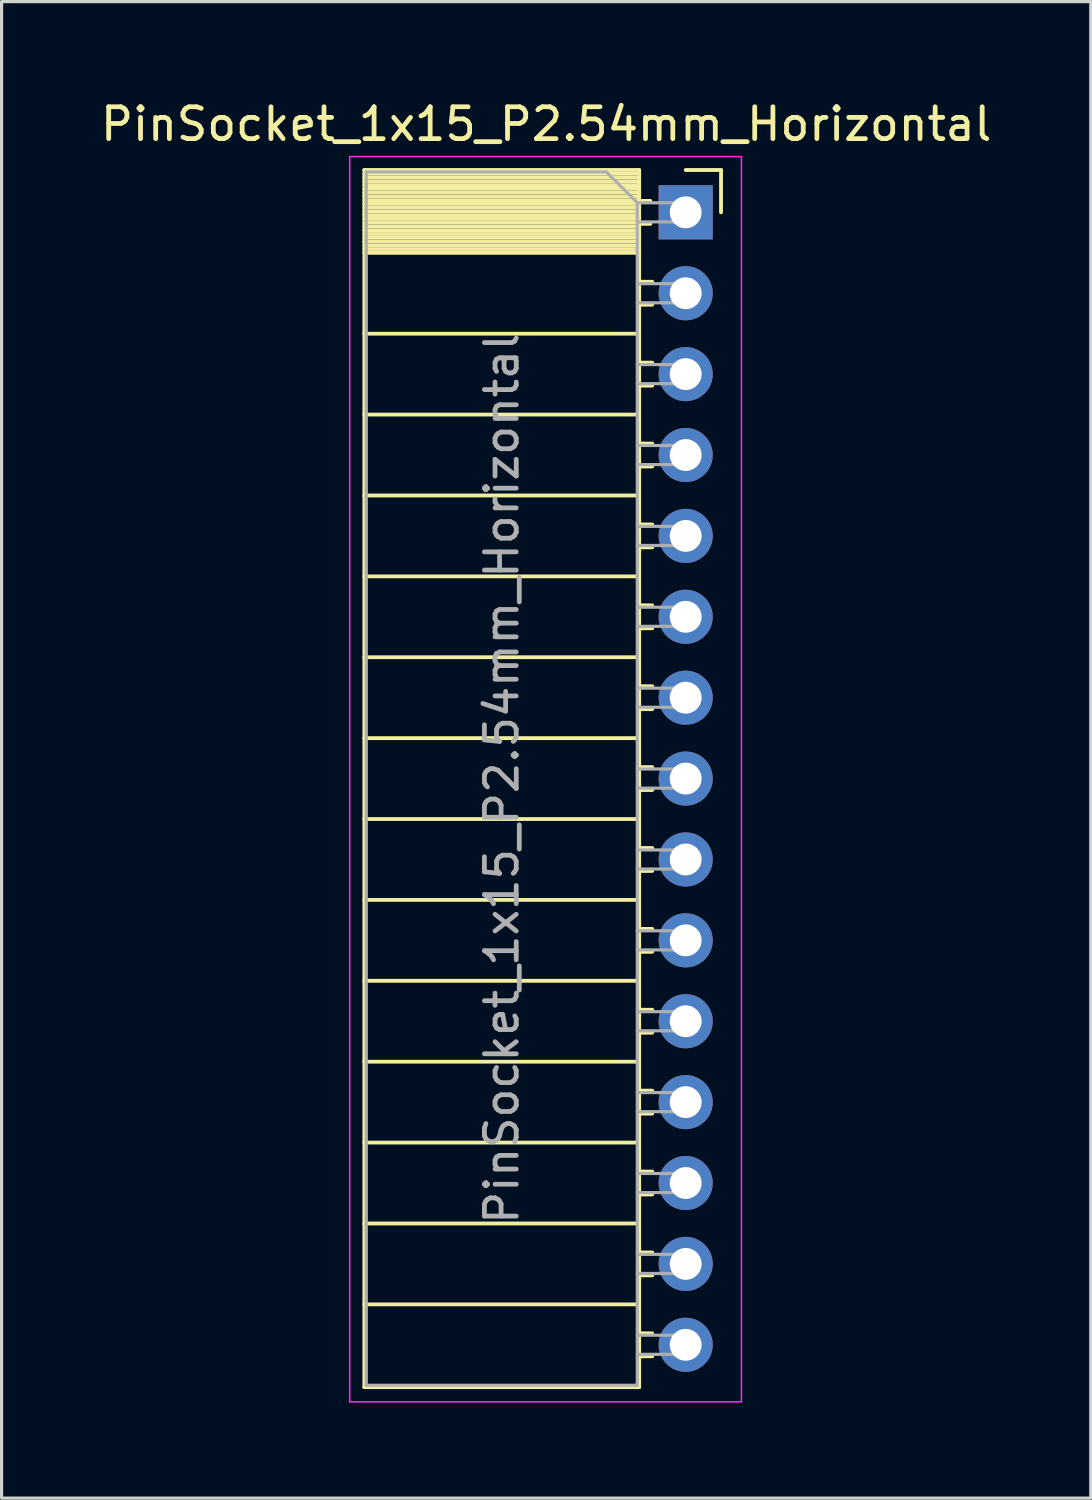
<source format=kicad_pcb>
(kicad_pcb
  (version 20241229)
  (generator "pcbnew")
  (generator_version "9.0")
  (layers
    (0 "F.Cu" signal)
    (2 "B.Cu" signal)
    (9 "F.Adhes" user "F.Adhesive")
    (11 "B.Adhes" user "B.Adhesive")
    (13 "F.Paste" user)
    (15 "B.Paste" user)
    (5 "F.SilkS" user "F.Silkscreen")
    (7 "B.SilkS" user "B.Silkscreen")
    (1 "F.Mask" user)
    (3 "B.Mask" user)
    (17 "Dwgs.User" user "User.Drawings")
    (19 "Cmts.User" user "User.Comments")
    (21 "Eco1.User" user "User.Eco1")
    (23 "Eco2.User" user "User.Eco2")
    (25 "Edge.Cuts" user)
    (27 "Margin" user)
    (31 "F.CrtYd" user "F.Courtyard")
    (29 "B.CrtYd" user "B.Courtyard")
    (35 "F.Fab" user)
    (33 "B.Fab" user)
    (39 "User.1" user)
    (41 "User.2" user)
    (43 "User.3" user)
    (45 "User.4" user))
  (footprint "PinSocket_1x15_P2.54mm_Horizontal"
    (layer "F.Cu")
    (at 18.481 3.618)
    (property "Reference" "PinSocket_1x15_P2.54mm_Horizontal" (at -4.38 -2.77 0) (layer "F.SilkS") (effects (font (size 1 1) (thickness 0.15))))
    (attr through_hole)
    (fp_line (start -10.09 -1.33) (end -10.09 36.89) (stroke (width 0.12) (type solid)) (layer "F.SilkS"))
    (fp_line (start -10.09 -1.33) (end -1.46 -1.33) (stroke (width 0.12) (type solid)) (layer "F.SilkS"))
    (fp_line (start -10.09 -1.21) (end -1.46 -1.21) (stroke (width 0.12) (type solid)) (layer "F.SilkS"))
    (fp_line (start -10.09 -1.092) (end -1.46 -1.092) (stroke (width 0.12) (type solid)) (layer "F.SilkS"))
    (fp_line (start -10.09 -0.974) (end -1.46 -0.974) (stroke (width 0.12) (type solid)) (layer "F.SilkS"))
    (fp_line (start -10.09 -0.856) (end -1.46 -0.856) (stroke (width 0.12) (type solid)) (layer "F.SilkS"))
    (fp_line (start -10.09 -0.738) (end -1.46 -0.738) (stroke (width 0.12) (type solid)) (layer "F.SilkS"))
    (fp_line (start -10.09 -0.62) (end -1.46 -0.62) (stroke (width 0.12) (type solid)) (layer "F.SilkS"))
    (fp_line (start -10.09 -0.501) (end -1.46 -0.501) (stroke (width 0.12) (type solid)) (layer "F.SilkS"))
    (fp_line (start -10.09 -0.383) (end -1.46 -0.383) (stroke (width 0.12) (type solid)) (layer "F.SilkS"))
    (fp_line (start -10.09 -0.265) (end -1.46 -0.265) (stroke (width 0.12) (type solid)) (layer "F.SilkS"))
    (fp_line (start -10.09 -0.147) (end -1.46 -0.147) (stroke (width 0.12) (type solid)) (layer "F.SilkS"))
    (fp_line (start -10.09 -0.029) (end -1.46 -0.029) (stroke (width 0.12) (type solid)) (layer "F.SilkS"))
    (fp_line (start -10.09 0.089) (end -1.46 0.089) (stroke (width 0.12) (type solid)) (layer "F.SilkS"))
    (fp_line (start -10.09 0.207) (end -1.46 0.207) (stroke (width 0.12) (type solid)) (layer "F.SilkS"))
    (fp_line (start -10.09 0.325) (end -1.46 0.325) (stroke (width 0.12) (type solid)) (layer "F.SilkS"))
    (fp_line (start -10.09 0.443) (end -1.46 0.443) (stroke (width 0.12) (type solid)) (layer "F.SilkS"))
    (fp_line (start -10.09 0.561) (end -1.46 0.561) (stroke (width 0.12) (type solid)) (layer "F.SilkS"))
    (fp_line (start -10.09 0.68) (end -1.46 0.68) (stroke (width 0.12) (type solid)) (layer "F.SilkS"))
    (fp_line (start -10.09 0.798) (end -1.46 0.798) (stroke (width 0.12) (type solid)) (layer "F.SilkS"))
    (fp_line (start -10.09 0.916) (end -1.46 0.916) (stroke (width 0.12) (type solid)) (layer "F.SilkS"))
    (fp_line (start -10.09 1.034) (end -1.46 1.034) (stroke (width 0.12) (type solid)) (layer "F.SilkS"))
    (fp_line (start -10.09 1.152) (end -1.46 1.152) (stroke (width 0.12) (type solid)) (layer "F.SilkS"))
    (fp_line (start -10.09 1.27) (end -1.46 1.27) (stroke (width 0.12) (type solid)) (layer "F.SilkS"))
    (fp_line (start -10.09 3.81) (end -1.46 3.81) (stroke (width 0.12) (type solid)) (layer "F.SilkS"))
    (fp_line (start -10.09 6.35) (end -1.46 6.35) (stroke (width 0.12) (type solid)) (layer "F.SilkS"))
    (fp_line (start -10.09 8.89) (end -1.46 8.89) (stroke (width 0.12) (type solid)) (layer "F.SilkS"))
    (fp_line (start -10.09 11.43) (end -1.46 11.43) (stroke (width 0.12) (type solid)) (layer "F.SilkS"))
    (fp_line (start -10.09 13.97) (end -1.46 13.97) (stroke (width 0.12) (type solid)) (layer "F.SilkS"))
    (fp_line (start -10.09 16.51) (end -1.46 16.51) (stroke (width 0.12) (type solid)) (layer "F.SilkS"))
    (fp_line (start -10.09 19.05) (end -1.46 19.05) (stroke (width 0.12) (type solid)) (layer "F.SilkS"))
    (fp_line (start -10.09 21.59) (end -1.46 21.59) (stroke (width 0.12) (type solid)) (layer "F.SilkS"))
    (fp_line (start -10.09 24.13) (end -1.46 24.13) (stroke (width 0.12) (type solid)) (layer "F.SilkS"))
    (fp_line (start -10.09 26.67) (end -1.46 26.67) (stroke (width 0.12) (type solid)) (layer "F.SilkS"))
    (fp_line (start -10.09 29.21) (end -1.46 29.21) (stroke (width 0.12) (type solid)) (layer "F.SilkS"))
    (fp_line (start -10.09 31.75) (end -1.46 31.75) (stroke (width 0.12) (type solid)) (layer "F.SilkS"))
    (fp_line (start -10.09 34.29) (end -1.46 34.29) (stroke (width 0.12) (type solid)) (layer "F.SilkS"))
    (fp_line (start -10.09 36.89) (end -1.46 36.89) (stroke (width 0.12) (type solid)) (layer "F.SilkS"))
    (fp_line (start -1.46 -1.33) (end -1.46 36.89) (stroke (width 0.12) (type solid)) (layer "F.SilkS"))
    (fp_line (start -1.46 -0.36) (end -1.11 -0.36) (stroke (width 0.12) (type solid)) (layer "F.SilkS"))
    (fp_line (start -1.46 0.36) (end -1.11 0.36) (stroke (width 0.12) (type solid)) (layer "F.SilkS"))
    (fp_line (start -1.46 2.18) (end -1.05 2.18) (stroke (width 0.12) (type solid)) (layer "F.SilkS"))
    (fp_line (start -1.46 2.9) (end -1.05 2.9) (stroke (width 0.12) (type solid)) (layer "F.SilkS"))
    (fp_line (start -1.46 4.72) (end -1.05 4.72) (stroke (width 0.12) (type solid)) (layer "F.SilkS"))
    (fp_line (start -1.46 5.44) (end -1.05 5.44) (stroke (width 0.12) (type solid)) (layer "F.SilkS"))
    (fp_line (start -1.46 7.26) (end -1.05 7.26) (stroke (width 0.12) (type solid)) (layer "F.SilkS"))
    (fp_line (start -1.46 7.98) (end -1.05 7.98) (stroke (width 0.12) (type solid)) (layer "F.SilkS"))
    (fp_line (start -1.46 9.8) (end -1.05 9.8) (stroke (width 0.12) (type solid)) (layer "F.SilkS"))
    (fp_line (start -1.46 10.52) (end -1.05 10.52) (stroke (width 0.12) (type solid)) (layer "F.SilkS"))
    (fp_line (start -1.46 12.34) (end -1.05 12.34) (stroke (width 0.12) (type solid)) (layer "F.SilkS"))
    (fp_line (start -1.46 13.06) (end -1.05 13.06) (stroke (width 0.12) (type solid)) (layer "F.SilkS"))
    (fp_line (start -1.46 14.88) (end -1.05 14.88) (stroke (width 0.12) (type solid)) (layer "F.SilkS"))
    (fp_line (start -1.46 15.6) (end -1.05 15.6) (stroke (width 0.12) (type solid)) (layer "F.SilkS"))
    (fp_line (start -1.46 17.42) (end -1.05 17.42) (stroke (width 0.12) (type solid)) (layer "F.SilkS"))
    (fp_line (start -1.46 18.14) (end -1.05 18.14) (stroke (width 0.12) (type solid)) (layer "F.SilkS"))
    (fp_line (start -1.46 19.96) (end -1.05 19.96) (stroke (width 0.12) (type solid)) (layer "F.SilkS"))
    (fp_line (start -1.46 20.68) (end -1.05 20.68) (stroke (width 0.12) (type solid)) (layer "F.SilkS"))
    (fp_line (start -1.46 22.5) (end -1.05 22.5) (stroke (width 0.12) (type solid)) (layer "F.SilkS"))
    (fp_line (start -1.46 23.22) (end -1.05 23.22) (stroke (width 0.12) (type solid)) (layer "F.SilkS"))
    (fp_line (start -1.46 25.04) (end -1.05 25.04) (stroke (width 0.12) (type solid)) (layer "F.SilkS"))
    (fp_line (start -1.46 25.76) (end -1.05 25.76) (stroke (width 0.12) (type solid)) (layer "F.SilkS"))
    (fp_line (start -1.46 27.58) (end -1.05 27.58) (stroke (width 0.12) (type solid)) (layer "F.SilkS"))
    (fp_line (start -1.46 28.3) (end -1.05 28.3) (stroke (width 0.12) (type solid)) (layer "F.SilkS"))
    (fp_line (start -1.46 30.12) (end -1.05 30.12) (stroke (width 0.12) (type solid)) (layer "F.SilkS"))
    (fp_line (start -1.46 30.84) (end -1.05 30.84) (stroke (width 0.12) (type solid)) (layer "F.SilkS"))
    (fp_line (start -1.46 32.66) (end -1.05 32.66) (stroke (width 0.12) (type solid)) (layer "F.SilkS"))
    (fp_line (start -1.46 33.38) (end -1.05 33.38) (stroke (width 0.12) (type solid)) (layer "F.SilkS"))
    (fp_line (start -1.46 35.2) (end -1.05 35.2) (stroke (width 0.12) (type solid)) (layer "F.SilkS"))
    (fp_line (start -1.46 35.92) (end -1.05 35.92) (stroke (width 0.12) (type solid)) (layer "F.SilkS"))
    (fp_line (start 0 -1.33) (end 1.11 -1.33) (stroke (width 0.12) (type solid)) (layer "F.SilkS"))
    (fp_line (start 1.11 -1.33) (end 1.11 0) (stroke (width 0.12) (type solid)) (layer "F.SilkS"))
    (fp_line (start -10.55 -1.75) (end -10.55 37.35) (stroke (width 0.05) (type solid)) (layer "F.CrtYd"))
    (fp_line (start -10.55 37.35) (end 1.75 37.35) (stroke (width 0.05) (type solid)) (layer "F.CrtYd"))
    (fp_line (start 1.75 -1.75) (end -10.55 -1.75) (stroke (width 0.05) (type solid)) (layer "F.CrtYd"))
    (fp_line (start 1.75 37.35) (end 1.75 -1.75) (stroke (width 0.05) (type solid)) (layer "F.CrtYd"))
    (fp_line (start -10.03 -1.27) (end -2.49 -1.27) (stroke (width 0.1) (type solid)) (layer "F.Fab"))
    (fp_line (start -10.03 36.83) (end -10.03 -1.27) (stroke (width 0.1) (type solid)) (layer "F.Fab"))
    (fp_line (start -2.49 -1.27) (end -1.52 -0.3) (stroke (width 0.1) (type solid)) (layer "F.Fab"))
    (fp_line (start -1.52 -0.3) (end -1.52 36.83) (stroke (width 0.1) (type solid)) (layer "F.Fab"))
    (fp_line (start -1.52 0.3) (end 0 0.3) (stroke (width 0.1) (type solid)) (layer "F.Fab"))
    (fp_line (start -1.52 2.84) (end 0 2.84) (stroke (width 0.1) (type solid)) (layer "F.Fab"))
    (fp_line (start -1.52 5.38) (end 0 5.38) (stroke (width 0.1) (type solid)) (layer "F.Fab"))
    (fp_line (start -1.52 7.92) (end 0 7.92) (stroke (width 0.1) (type solid)) (layer "F.Fab"))
    (fp_line (start -1.52 10.46) (end 0 10.46) (stroke (width 0.1) (type solid)) (layer "F.Fab"))
    (fp_line (start -1.52 13) (end 0 13) (stroke (width 0.1) (type solid)) (layer "F.Fab"))
    (fp_line (start -1.52 15.54) (end 0 15.54) (stroke (width 0.1) (type solid)) (layer "F.Fab"))
    (fp_line (start -1.52 18.08) (end 0 18.08) (stroke (width 0.1) (type solid)) (layer "F.Fab"))
    (fp_line (start -1.52 20.62) (end 0 20.62) (stroke (width 0.1) (type solid)) (layer "F.Fab"))
    (fp_line (start -1.52 23.16) (end 0 23.16) (stroke (width 0.1) (type solid)) (layer "F.Fab"))
    (fp_line (start -1.52 25.7) (end 0 25.7) (stroke (width 0.1) (type solid)) (layer "F.Fab"))
    (fp_line (start -1.52 28.24) (end 0 28.24) (stroke (width 0.1) (type solid)) (layer "F.Fab"))
    (fp_line (start -1.52 30.78) (end 0 30.78) (stroke (width 0.1) (type solid)) (layer "F.Fab"))
    (fp_line (start -1.52 33.32) (end 0 33.32) (stroke (width 0.1) (type solid)) (layer "F.Fab"))
    (fp_line (start -1.52 35.86) (end 0 35.86) (stroke (width 0.1) (type solid)) (layer "F.Fab"))
    (fp_line (start -1.52 36.83) (end -10.03 36.83) (stroke (width 0.1) (type solid)) (layer "F.Fab"))
    (fp_line (start 0 -0.3) (end -1.52 -0.3) (stroke (width 0.1) (type solid)) (layer "F.Fab"))
    (fp_line (start 0 0.3) (end 0 -0.3) (stroke (width 0.1) (type solid)) (layer "F.Fab"))
    (fp_line (start 0 2.24) (end -1.52 2.24) (stroke (width 0.1) (type solid)) (layer "F.Fab"))
    (fp_line (start 0 2.84) (end 0 2.24) (stroke (width 0.1) (type solid)) (layer "F.Fab"))
    (fp_line (start 0 4.78) (end -1.52 4.78) (stroke (width 0.1) (type solid)) (layer "F.Fab"))
    (fp_line (start 0 5.38) (end 0 4.78) (stroke (width 0.1) (type solid)) (layer "F.Fab"))
    (fp_line (start 0 7.32) (end -1.52 7.32) (stroke (width 0.1) (type solid)) (layer "F.Fab"))
    (fp_line (start 0 7.92) (end 0 7.32) (stroke (width 0.1) (type solid)) (layer "F.Fab"))
    (fp_line (start 0 9.86) (end -1.52 9.86) (stroke (width 0.1) (type solid)) (layer "F.Fab"))
    (fp_line (start 0 10.46) (end 0 9.86) (stroke (width 0.1) (type solid)) (layer "F.Fab"))
    (fp_line (start 0 12.4) (end -1.52 12.4) (stroke (width 0.1) (type solid)) (layer "F.Fab"))
    (fp_line (start 0 13) (end 0 12.4) (stroke (width 0.1) (type solid)) (layer "F.Fab"))
    (fp_line (start 0 14.94) (end -1.52 14.94) (stroke (width 0.1) (type solid)) (layer "F.Fab"))
    (fp_line (start 0 15.54) (end 0 14.94) (stroke (width 0.1) (type solid)) (layer "F.Fab"))
    (fp_line (start 0 17.48) (end -1.52 17.48) (stroke (width 0.1) (type solid)) (layer "F.Fab"))
    (fp_line (start 0 18.08) (end 0 17.48) (stroke (width 0.1) (type solid)) (layer "F.Fab"))
    (fp_line (start 0 20.02) (end -1.52 20.02) (stroke (width 0.1) (type solid)) (layer "F.Fab"))
    (fp_line (start 0 20.62) (end 0 20.02) (stroke (width 0.1) (type solid)) (layer "F.Fab"))
    (fp_line (start 0 22.56) (end -1.52 22.56) (stroke (width 0.1) (type solid)) (layer "F.Fab"))
    (fp_line (start 0 23.16) (end 0 22.56) (stroke (width 0.1) (type solid)) (layer "F.Fab"))
    (fp_line (start 0 25.1) (end -1.52 25.1) (stroke (width 0.1) (type solid)) (layer "F.Fab"))
    (fp_line (start 0 25.7) (end 0 25.1) (stroke (width 0.1) (type solid)) (layer "F.Fab"))
    (fp_line (start 0 27.64) (end -1.52 27.64) (stroke (width 0.1) (type solid)) (layer "F.Fab"))
    (fp_line (start 0 28.24) (end 0 27.64) (stroke (width 0.1) (type solid)) (layer "F.Fab"))
    (fp_line (start 0 30.18) (end -1.52 30.18) (stroke (width 0.1) (type solid)) (layer "F.Fab"))
    (fp_line (start 0 30.78) (end 0 30.18) (stroke (width 0.1) (type solid)) (layer "F.Fab"))
    (fp_line (start 0 32.72) (end -1.52 32.72) (stroke (width 0.1) (type solid)) (layer "F.Fab"))
    (fp_line (start 0 33.32) (end 0 32.72) (stroke (width 0.1) (type solid)) (layer "F.Fab"))
    (fp_line (start 0 35.26) (end -1.52 35.26) (stroke (width 0.1) (type solid)) (layer "F.Fab"))
    (fp_line (start 0 35.86) (end 0 35.26) (stroke (width 0.1) (type solid)) (layer "F.Fab"))
    (fp_text user "${REFERENCE}" (at -5.775 17.78 90) (layer "F.Fab") (effects (font (size 1 1) (thickness 0.15))))
    (pad "1" thru_hole rect (at 0 0) (size 1.7 1.7) (drill 1) (layers "*.Cu" "*.Mask"))
    (pad "2" thru_hole oval (at 0 2.54) (size 1.7 1.7) (drill 1) (layers "*.Cu" "*.Mask"))
    (pad "3" thru_hole oval (at 0 5.08) (size 1.7 1.7) (drill 1) (layers "*.Cu" "*.Mask"))
    (pad "4" thru_hole oval (at 0 7.62) (size 1.7 1.7) (drill 1) (layers "*.Cu" "*.Mask"))
    (pad "5" thru_hole oval (at 0 10.16) (size 1.7 1.7) (drill 1) (layers "*.Cu" "*.Mask"))
    (pad "6" thru_hole oval (at 0 12.7) (size 1.7 1.7) (drill 1) (layers "*.Cu" "*.Mask"))
    (pad "7" thru_hole oval (at 0 15.24) (size 1.7 1.7) (drill 1) (layers "*.Cu" "*.Mask"))
    (pad "8" thru_hole oval (at 0 17.78) (size 1.7 1.7) (drill 1) (layers "*.Cu" "*.Mask"))
    (pad "9" thru_hole oval (at 0 20.32) (size 1.7 1.7) (drill 1) (layers "*.Cu" "*.Mask"))
    (pad "10" thru_hole oval (at 0 22.86) (size 1.7 1.7) (drill 1) (layers "*.Cu" "*.Mask"))
    (pad "11" thru_hole oval (at 0 25.4) (size 1.7 1.7) (drill 1) (layers "*.Cu" "*.Mask"))
    (pad "12" thru_hole oval (at 0 27.94) (size 1.7 1.7) (drill 1) (layers "*.Cu" "*.Mask"))
    (pad "13" thru_hole oval (at 0 30.48) (size 1.7 1.7) (drill 1) (layers "*.Cu" "*.Mask"))
    (pad "14" thru_hole oval (at 0 33.02) (size 1.7 1.7) (drill 1) (layers "*.Cu" "*.Mask"))
    (pad "15" thru_hole oval (at 0 35.56) (size 1.7 1.7) (drill 1) (layers "*.Cu" "*.Mask")))
  (gr_rect
    (start -3 -3)
    (end 31.202 43.993)
    (stroke (width 0.1) (type default))
    (fill no)
    (layer "Edge.Cuts")))
</source>
